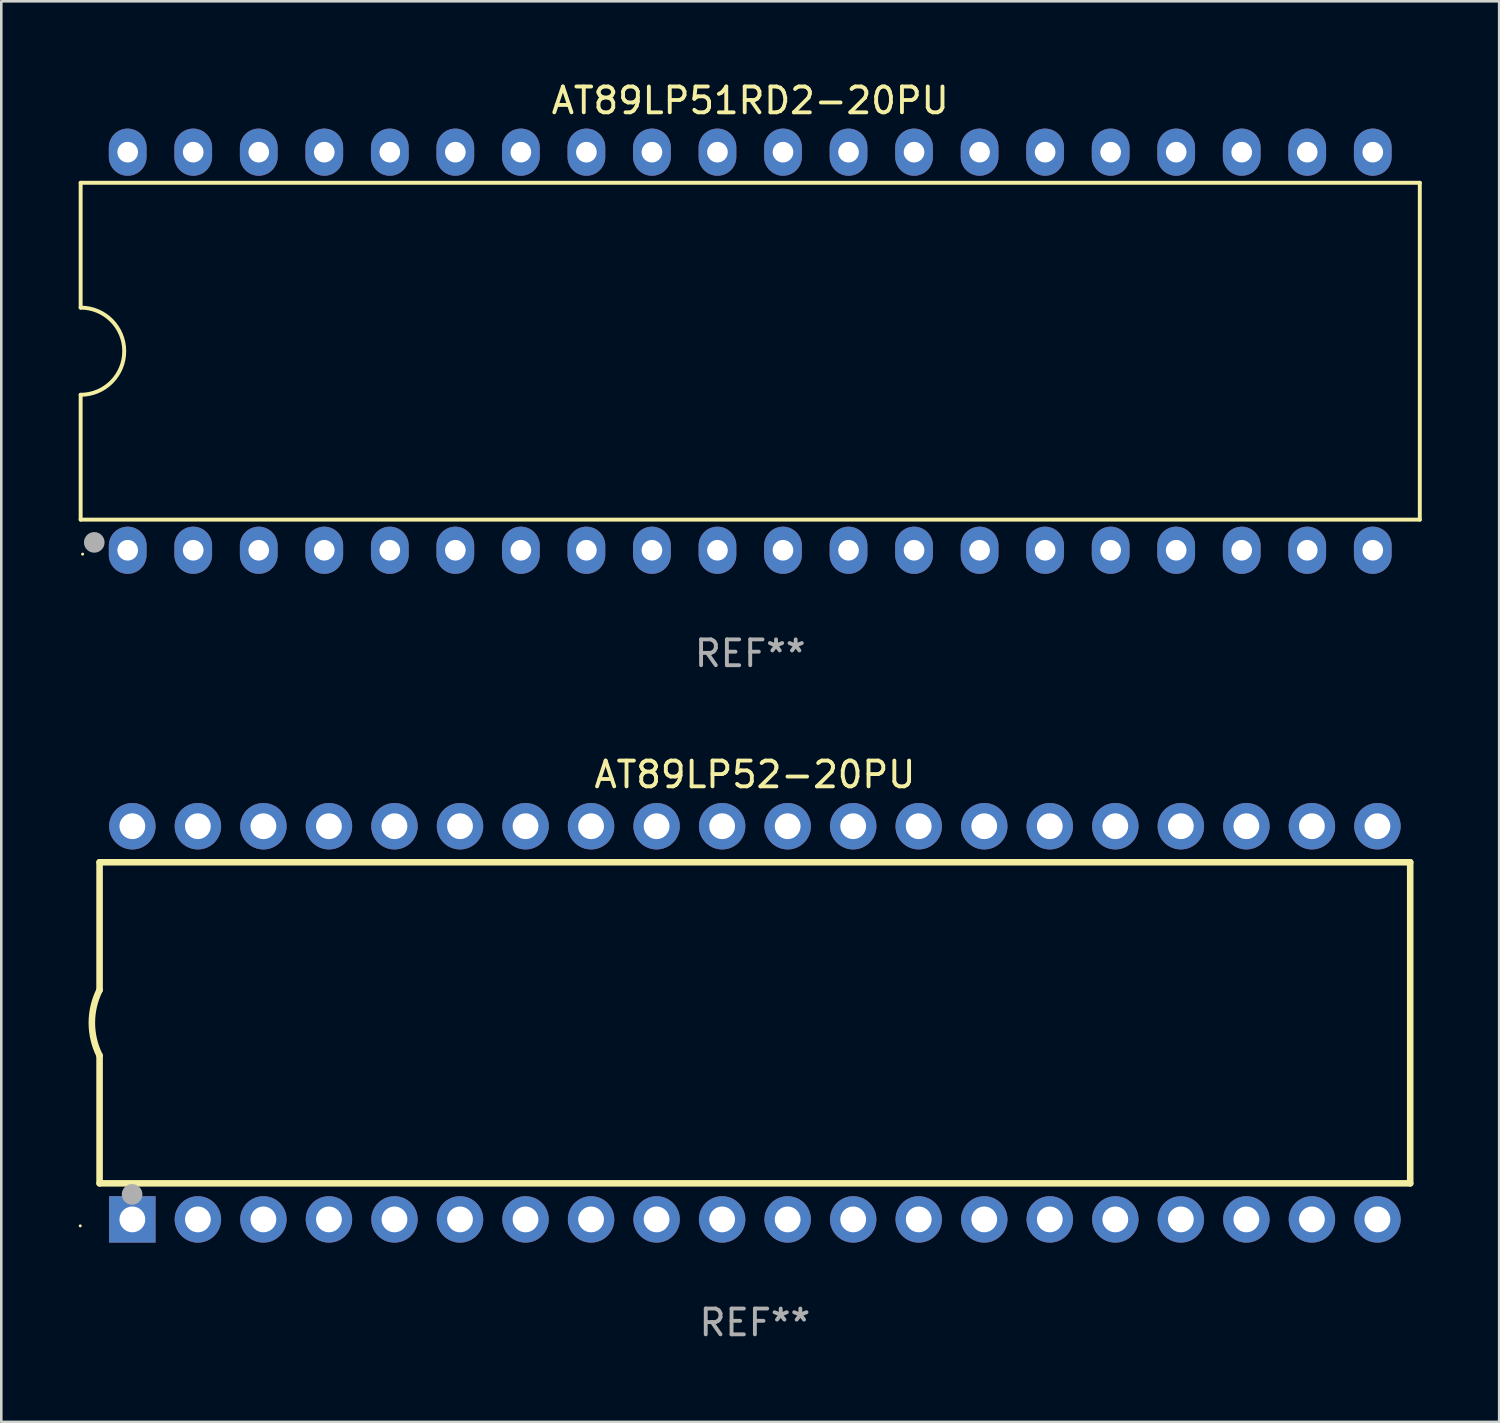
<source format=kicad_pcb>
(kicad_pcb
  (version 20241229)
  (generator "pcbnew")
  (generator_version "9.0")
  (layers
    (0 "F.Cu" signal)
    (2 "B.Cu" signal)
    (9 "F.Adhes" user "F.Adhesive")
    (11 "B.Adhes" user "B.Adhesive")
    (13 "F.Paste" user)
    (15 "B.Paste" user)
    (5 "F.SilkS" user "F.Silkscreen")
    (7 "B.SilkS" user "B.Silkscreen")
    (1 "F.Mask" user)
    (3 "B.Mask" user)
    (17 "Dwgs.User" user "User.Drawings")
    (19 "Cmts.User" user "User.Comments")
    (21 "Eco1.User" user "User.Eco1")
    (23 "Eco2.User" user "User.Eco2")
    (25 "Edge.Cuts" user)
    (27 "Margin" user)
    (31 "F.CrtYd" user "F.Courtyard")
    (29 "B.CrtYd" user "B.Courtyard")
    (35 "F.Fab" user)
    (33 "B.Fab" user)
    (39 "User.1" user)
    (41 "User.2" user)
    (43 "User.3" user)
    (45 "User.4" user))
  (footprint "AT89LP51RD2-20PU"
    (layer "F.Cu")
    (at 26.029 10.563)
    (property "Reference" "AT89LP51RD2-20PU" (at 0 -9.715 0) (layer "F.SilkS") (effects (font (size 1 1) (thickness 0.15))))
    (attr through_hole)
    (fp_line (start -25.953 -6.528) (end -25.953 -1.689) (stroke (width 0.152) (type solid)) (layer "F.SilkS"))
    (fp_line (start -25.953 1.689) (end -25.953 6.528) (stroke (width 0.152) (type solid)) (layer "F.SilkS"))
    (fp_line (start -25.953 6.528) (end 25.953 6.528) (stroke (width 0.152) (type solid)) (layer "F.SilkS"))
    (fp_line (start 25.953 -6.528) (end -25.953 -6.528) (stroke (width 0.152) (type solid)) (layer "F.SilkS"))
    (fp_line (start 25.953 6.528) (end 25.953 -6.528) (stroke (width 0.152) (type solid)) (layer "F.SilkS"))
    (fp_arc (start -25.9527 -1.689126) (mid -24.263574 0) (end -25.9527 1.689126) (stroke (width 0.1524) (type solid)) (layer "F.SilkS"))
    (fp_circle (center -25.877 7.865) (end -25.847 7.865) (stroke (width 0.06) (type solid)) (fill no) (layer "F.SilkS"))
    (fp_circle (center -25.435 7.41) (end -25.245 7.41) (stroke (width 0.15) (type solid)) (fill no) (layer "F.SilkS"))
    (fp_circle (center -25.425 7.41) (end -25.225 7.41) (stroke (width 0.4) (type solid)) (fill no) (layer "F.Fab"))
    (fp_text user "REF**" (at 0 11.715 0) (layer "F.Fab") (effects (font (size 1 1) (thickness 0.15))))
    (pad "1" thru_hole oval (at -24.13 7.715) (size 1.462 1.828) (drill 0.8) (layers "*.Cu" "*.Mask"))
    (pad "2" thru_hole oval (at -21.59 7.715) (size 1.462 1.828) (drill 0.8) (layers "*.Cu" "*.Mask"))
    (pad "3" thru_hole oval (at -19.05 7.715) (size 1.462 1.828) (drill 0.8) (layers "*.Cu" "*.Mask"))
    (pad "4" thru_hole oval (at -16.51 7.715) (size 1.462 1.828) (drill 0.8) (layers "*.Cu" "*.Mask"))
    (pad "5" thru_hole oval (at -13.97 7.715) (size 1.462 1.828) (drill 0.8) (layers "*.Cu" "*.Mask"))
    (pad "6" thru_hole oval (at -11.43 7.715) (size 1.462 1.828) (drill 0.8) (layers "*.Cu" "*.Mask"))
    (pad "7" thru_hole oval (at -8.89 7.715) (size 1.462 1.828) (drill 0.8) (layers "*.Cu" "*.Mask"))
    (pad "8" thru_hole oval (at -6.35 7.715) (size 1.462 1.828) (drill 0.8) (layers "*.Cu" "*.Mask"))
    (pad "9" thru_hole oval (at -3.81 7.715) (size 1.462 1.828) (drill 0.8) (layers "*.Cu" "*.Mask"))
    (pad "10" thru_hole oval (at -1.27 7.715) (size 1.462 1.828) (drill 0.8) (layers "*.Cu" "*.Mask"))
    (pad "11" thru_hole oval (at 1.27 7.715) (size 1.462 1.828) (drill 0.8) (layers "*.Cu" "*.Mask"))
    (pad "12" thru_hole oval (at 3.81 7.715) (size 1.462 1.828) (drill 0.8) (layers "*.Cu" "*.Mask"))
    (pad "13" thru_hole oval (at 6.35 7.715) (size 1.462 1.828) (drill 0.8) (layers "*.Cu" "*.Mask"))
    (pad "14" thru_hole oval (at 8.89 7.715) (size 1.462 1.828) (drill 0.8) (layers "*.Cu" "*.Mask"))
    (pad "15" thru_hole oval (at 11.43 7.715) (size 1.462 1.828) (drill 0.8) (layers "*.Cu" "*.Mask"))
    (pad "16" thru_hole oval (at 13.97 7.715) (size 1.462 1.828) (drill 0.8) (layers "*.Cu" "*.Mask"))
    (pad "17" thru_hole oval (at 16.51 7.715) (size 1.462 1.828) (drill 0.8) (layers "*.Cu" "*.Mask"))
    (pad "18" thru_hole oval (at 19.05 7.715) (size 1.462 1.828) (drill 0.8) (layers "*.Cu" "*.Mask"))
    (pad "19" thru_hole oval (at 21.59 7.715) (size 1.462 1.828) (drill 0.8) (layers "*.Cu" "*.Mask"))
    (pad "20" thru_hole oval (at 24.13 7.715) (size 1.462 1.828) (drill 0.8) (layers "*.Cu" "*.Mask"))
    (pad "21" thru_hole oval (at 24.13 -7.715) (size 1.462 1.828) (drill 0.8) (layers "*.Cu" "*.Mask"))
    (pad "22" thru_hole oval (at 21.59 -7.715) (size 1.462 1.828) (drill 0.8) (layers "*.Cu" "*.Mask"))
    (pad "23" thru_hole oval (at 19.05 -7.715) (size 1.462 1.828) (drill 0.8) (layers "*.Cu" "*.Mask"))
    (pad "24" thru_hole oval (at 16.51 -7.715) (size 1.462 1.828) (drill 0.8) (layers "*.Cu" "*.Mask"))
    (pad "25" thru_hole oval (at 13.97 -7.715) (size 1.462 1.828) (drill 0.8) (layers "*.Cu" "*.Mask"))
    (pad "26" thru_hole oval (at 11.43 -7.715) (size 1.462 1.828) (drill 0.8) (layers "*.Cu" "*.Mask"))
    (pad "27" thru_hole oval (at 8.89 -7.715) (size 1.462 1.828) (drill 0.8) (layers "*.Cu" "*.Mask"))
    (pad "28" thru_hole oval (at 6.35 -7.715) (size 1.462 1.828) (drill 0.8) (layers "*.Cu" "*.Mask"))
    (pad "29" thru_hole oval (at 3.81 -7.715) (size 1.462 1.828) (drill 0.8) (layers "*.Cu" "*.Mask"))
    (pad "30" thru_hole oval (at 1.27 -7.715) (size 1.462 1.828) (drill 0.8) (layers "*.Cu" "*.Mask"))
    (pad "31" thru_hole oval (at -1.27 -7.715) (size 1.462 1.828) (drill 0.8) (layers "*.Cu" "*.Mask"))
    (pad "32" thru_hole oval (at -3.81 -7.715) (size 1.462 1.828) (drill 0.8) (layers "*.Cu" "*.Mask"))
    (pad "33" thru_hole oval (at -6.35 -7.715) (size 1.462 1.828) (drill 0.8) (layers "*.Cu" "*.Mask"))
    (pad "34" thru_hole oval (at -8.89 -7.715) (size 1.462 1.828) (drill 0.8) (layers "*.Cu" "*.Mask"))
    (pad "35" thru_hole oval (at -11.43 -7.715) (size 1.462 1.828) (drill 0.8) (layers "*.Cu" "*.Mask"))
    (pad "36" thru_hole oval (at -13.97 -7.715) (size 1.462 1.828) (drill 0.8) (layers "*.Cu" "*.Mask"))
    (pad "37" thru_hole oval (at -16.51 -7.715) (size 1.462 1.828) (drill 0.8) (layers "*.Cu" "*.Mask"))
    (pad "38" thru_hole oval (at -19.05 -7.715) (size 1.462 1.828) (drill 0.8) (layers "*.Cu" "*.Mask"))
    (pad "39" thru_hole oval (at -21.59 -7.715) (size 1.462 1.828) (drill 0.8) (layers "*.Cu" "*.Mask"))
    (pad "40" thru_hole oval (at -24.13 -7.715) (size 1.462 1.828) (drill 0.8) (layers "*.Cu" "*.Mask")))
  (footprint "AT89LP52-20PU"
    (layer "F.Cu")
    (at 26.21 36.595)
    (property "Reference" "AT89LP52-20PU" (at 0 -9.62 0) (layer "F.SilkS") (effects (font (size 1 1) (thickness 0.15))))
    (attr through_hole)
    (fp_line (start -25.4 -6.224) (end -25.4 -1.271) (stroke (width 0.254) (type solid)) (layer "F.SilkS"))
    (fp_line (start -25.4 -6.224) (end 25.4 -6.224) (stroke (width 0.254) (type solid)) (layer "F.SilkS"))
    (fp_line (start -25.4 1.269) (end -25.4 6.222) (stroke (width 0.254) (type solid)) (layer "F.SilkS"))
    (fp_line (start -25.4 6.222) (end 25.4 6.222) (stroke (width 0.254) (type solid)) (layer "F.SilkS"))
    (fp_line (start 25.4 6.222) (end 25.4 -6.224) (stroke (width 0.254) (type solid)) (layer "F.SilkS"))
    (fp_arc (start -25.4 1.269241) (mid -25.699807 -0.000762) (end -25.4 -1.270765) (stroke (width 0.254001) (type solid)) (layer "F.SilkS"))
    (fp_circle (center -26.15 7.87) (end -26.12 7.87) (stroke (width 0.06) (type solid)) (fill no) (layer "F.SilkS"))
    (fp_circle (center -24.14 6.65) (end -23.94 6.65) (stroke (width 0.4) (type solid)) (fill no) (layer "F.Fab"))
    (fp_text user "REF**" (at 0 11.62 0) (layer "F.Fab") (effects (font (size 1 1) (thickness 0.15))))
    (pad "1" thru_hole rect (at -24.13 7.62 90) (size 1.8 1.8) (drill 1) (layers "*.Cu" "*.Mask"))
    (pad "2" thru_hole circle (at -21.59 7.62) (size 1.8 1.8) (drill 1) (layers "*.Cu" "*.Mask"))
    (pad "3" thru_hole circle (at -19.05 7.62) (size 1.8 1.8) (drill 1) (layers "*.Cu" "*.Mask"))
    (pad "4" thru_hole circle (at -16.51 7.62) (size 1.8 1.8) (drill 1) (layers "*.Cu" "*.Mask"))
    (pad "5" thru_hole circle (at -13.97 7.62) (size 1.8 1.8) (drill 1) (layers "*.Cu" "*.Mask"))
    (pad "6" thru_hole circle (at -11.43 7.62) (size 1.8 1.8) (drill 1) (layers "*.Cu" "*.Mask"))
    (pad "7" thru_hole circle (at -8.89 7.62) (size 1.8 1.8) (drill 1) (layers "*.Cu" "*.Mask"))
    (pad "8" thru_hole circle (at -6.35 7.62) (size 1.8 1.8) (drill 1) (layers "*.Cu" "*.Mask"))
    (pad "9" thru_hole circle (at -3.81 7.62) (size 1.8 1.8) (drill 1) (layers "*.Cu" "*.Mask"))
    (pad "10" thru_hole circle (at -1.27 7.62) (size 1.8 1.8) (drill 1) (layers "*.Cu" "*.Mask"))
    (pad "11" thru_hole circle (at 1.27 7.62) (size 1.8 1.8) (drill 1) (layers "*.Cu" "*.Mask"))
    (pad "12" thru_hole circle (at 3.81 7.62) (size 1.8 1.8) (drill 1) (layers "*.Cu" "*.Mask"))
    (pad "13" thru_hole circle (at 6.35 7.62) (size 1.8 1.8) (drill 1) (layers "*.Cu" "*.Mask"))
    (pad "14" thru_hole circle (at 8.89 7.62) (size 1.8 1.8) (drill 1) (layers "*.Cu" "*.Mask"))
    (pad "15" thru_hole circle (at 11.43 7.62) (size 1.8 1.8) (drill 1) (layers "*.Cu" "*.Mask"))
    (pad "16" thru_hole circle (at 13.97 7.62) (size 1.8 1.8) (drill 1) (layers "*.Cu" "*.Mask"))
    (pad "17" thru_hole circle (at 16.51 7.62) (size 1.8 1.8) (drill 1) (layers "*.Cu" "*.Mask"))
    (pad "18" thru_hole circle (at 19.05 7.62) (size 1.8 1.8) (drill 1) (layers "*.Cu" "*.Mask"))
    (pad "19" thru_hole circle (at 21.59 7.62) (size 1.8 1.8) (drill 1) (layers "*.Cu" "*.Mask"))
    (pad "20" thru_hole circle (at 24.13 7.62) (size 1.8 1.8) (drill 1) (layers "*.Cu" "*.Mask"))
    (pad "21" thru_hole circle (at 24.13 -7.62) (size 1.8 1.8) (drill 1) (layers "*.Cu" "*.Mask"))
    (pad "22" thru_hole circle (at 21.59 -7.62) (size 1.8 1.8) (drill 1) (layers "*.Cu" "*.Mask"))
    (pad "23" thru_hole circle (at 19.05 -7.62) (size 1.8 1.8) (drill 1) (layers "*.Cu" "*.Mask"))
    (pad "24" thru_hole circle (at 16.51 -7.62) (size 1.8 1.8) (drill 1) (layers "*.Cu" "*.Mask"))
    (pad "25" thru_hole circle (at 13.97 -7.62) (size 1.8 1.8) (drill 1) (layers "*.Cu" "*.Mask"))
    (pad "26" thru_hole circle (at 11.43 -7.62) (size 1.8 1.8) (drill 1) (layers "*.Cu" "*.Mask"))
    (pad "27" thru_hole circle (at 8.89 -7.62) (size 1.8 1.8) (drill 1) (layers "*.Cu" "*.Mask"))
    (pad "28" thru_hole circle (at 6.35 -7.62) (size 1.8 1.8) (drill 1) (layers "*.Cu" "*.Mask"))
    (pad "29" thru_hole circle (at 3.81 -7.62) (size 1.8 1.8) (drill 1) (layers "*.Cu" "*.Mask"))
    (pad "30" thru_hole circle (at 1.27 -7.62) (size 1.8 1.8) (drill 1) (layers "*.Cu" "*.Mask"))
    (pad "31" thru_hole circle (at -1.27 -7.62) (size 1.8 1.8) (drill 1) (layers "*.Cu" "*.Mask"))
    (pad "32" thru_hole circle (at -3.81 -7.62) (size 1.8 1.8) (drill 1) (layers "*.Cu" "*.Mask"))
    (pad "33" thru_hole circle (at -6.35 -7.62) (size 1.8 1.8) (drill 1) (layers "*.Cu" "*.Mask"))
    (pad "34" thru_hole circle (at -8.89 -7.62) (size 1.8 1.8) (drill 1) (layers "*.Cu" "*.Mask"))
    (pad "35" thru_hole circle (at -11.43 -7.62) (size 1.8 1.8) (drill 1) (layers "*.Cu" "*.Mask"))
    (pad "36" thru_hole circle (at -13.97 -7.62) (size 1.8 1.8) (drill 1) (layers "*.Cu" "*.Mask"))
    (pad "37" thru_hole circle (at -16.51 -7.62) (size 1.8 1.8) (drill 1) (layers "*.Cu" "*.Mask"))
    (pad "38" thru_hole circle (at -19.05 -7.62) (size 1.8 1.8) (drill 1) (layers "*.Cu" "*.Mask"))
    (pad "39" thru_hole circle (at -21.59 -7.62) (size 1.8 1.8) (drill 1) (layers "*.Cu" "*.Mask"))
    (pad "40" thru_hole circle (at -24.13 -7.62) (size 1.8 1.8) (drill 1) (layers "*.Cu" "*.Mask")))
  (gr_rect
    (start -3 -3)
    (end 55.058 52.063)
    (stroke (width 0.1) (type default))
    (fill no)
    (layer "Edge.Cuts")))
</source>
